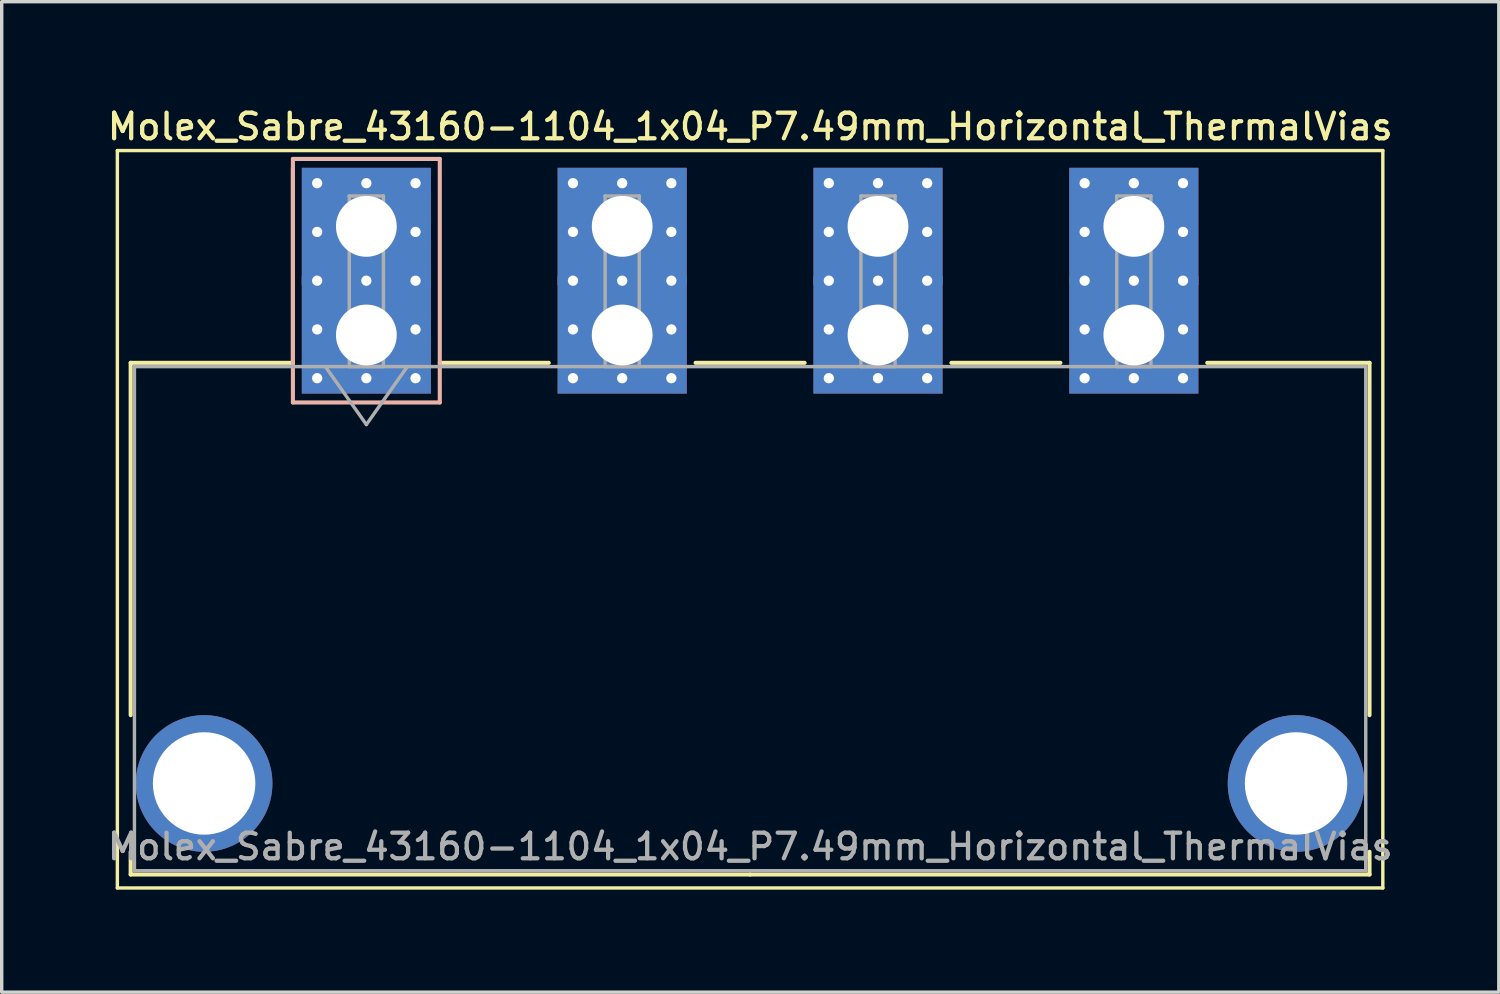
<source format=kicad_pcb>
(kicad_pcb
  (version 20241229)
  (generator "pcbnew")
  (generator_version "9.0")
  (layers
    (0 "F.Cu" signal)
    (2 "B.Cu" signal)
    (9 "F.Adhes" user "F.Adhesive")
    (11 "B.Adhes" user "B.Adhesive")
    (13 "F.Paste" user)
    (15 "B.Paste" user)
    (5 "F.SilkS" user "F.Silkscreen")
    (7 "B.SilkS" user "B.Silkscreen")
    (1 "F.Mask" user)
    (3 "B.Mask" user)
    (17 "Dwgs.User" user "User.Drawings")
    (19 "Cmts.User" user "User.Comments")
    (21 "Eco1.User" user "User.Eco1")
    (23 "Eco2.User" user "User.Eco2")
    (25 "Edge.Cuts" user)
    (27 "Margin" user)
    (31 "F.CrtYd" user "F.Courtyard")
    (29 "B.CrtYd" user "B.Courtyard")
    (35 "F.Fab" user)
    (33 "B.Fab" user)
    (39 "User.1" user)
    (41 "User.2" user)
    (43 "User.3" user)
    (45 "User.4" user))
  (footprint "Molex_Sabre_43160-1104_1x04_P7.49mm_Horizontal_ThermalVias"
    (layer "F.Cu")
    (at 7.676 6.758)
    (property "Reference" "Molex_Sabre_43160-1104_1x04_P7.49mm_Horizontal_ThermalVias" (at 11.24 -6.1 0) (layer "F.SilkS") (effects (font (size 0.75 0.75) (thickness 0.125))))
    (attr through_hole)
    (fp_line (start -7.29 -5.4) (end -7.29 16.19) (stroke (width 0.1) (type solid)) (layer "F.SilkS"))
    (fp_line (start -7.29 16.19) (end 29.76 16.19) (stroke (width 0.1) (type solid)) (layer "F.SilkS"))
    (fp_line (start -6.9 0.815) (end -6.9 11.13) (stroke (width 0.12) (type solid)) (layer "F.SilkS"))
    (fp_line (start -6.9 15.13) (end -6.9 15.795) (stroke (width 0.12) (type solid)) (layer "F.SilkS"))
    (fp_line (start -6.9 15.795) (end 11.235 15.795) (stroke (width 0.12) (type solid)) (layer "F.SilkS"))
    (fp_line (start -2.15 0.815) (end -6.9 0.815) (stroke (width 0.12) (type solid)) (layer "F.SilkS"))
    (fp_line (start -2.15 0.815) (end -2.15 -4.895) (stroke (width 0.12) (type solid)) (layer "F.SilkS"))
    (fp_line (start 2.15 0.815) (end 5.34 0.815) (stroke (width 0.12) (type solid)) (layer "F.SilkS"))
    (fp_line (start 9.64 0.815) (end 12.83 0.815) (stroke (width 0.12) (type solid)) (layer "F.SilkS"))
    (fp_line (start 17.13 0.815) (end 20.32 0.815) (stroke (width 0.12) (type solid)) (layer "F.SilkS"))
    (fp_line (start 24.62 0.815) (end 29.37 0.815) (stroke (width 0.12) (type solid)) (layer "F.SilkS"))
    (fp_line (start 29.37 0.815) (end 29.37 11.13) (stroke (width 0.12) (type solid)) (layer "F.SilkS"))
    (fp_line (start 29.37 15.13) (end 29.37 15.795) (stroke (width 0.12) (type solid)) (layer "F.SilkS"))
    (fp_line (start 29.37 15.795) (end 11.235 15.795) (stroke (width 0.12) (type solid)) (layer "F.SilkS"))
    (fp_line (start 29.76 -5.4) (end -7.29 -5.4) (stroke (width 0.1) (type solid)) (layer "F.SilkS"))
    (fp_line (start 29.76 16.19) (end 29.76 -5.4) (stroke (width 0.1) (type solid)) (layer "F.SilkS"))
    (fp_line (start -2.15 -5.155) (end -2.15 1.975) (stroke (width 0.12) (type solid)) (layer "B.SilkS"))
    (fp_line (start -2.15 1.975) (end 2.15 1.975) (stroke (width 0.12) (type solid)) (layer "B.SilkS"))
    (fp_line (start 2.15 -5.155) (end -2.15 -5.155) (stroke (width 0.12) (type solid)) (layer "B.SilkS"))
    (fp_line (start 2.15 1.975) (end 2.15 -5.155) (stroke (width 0.12) (type solid)) (layer "B.SilkS"))
    (fp_line (start -6.79 0.925) (end -6.79 15.685) (stroke (width 0.1) (type solid)) (layer "F.Fab"))
    (fp_line (start -6.79 15.685) (end 29.26 15.685) (stroke (width 0.1) (type solid)) (layer "F.Fab"))
    (fp_line (start -1.2 0.925) (end 0 2.622) (stroke (width 0.1) (type solid)) (layer "F.Fab"))
    (fp_line (start -0.5 -4.07) (end 0.5 -4.07) (stroke (width 0.1) (type solid)) (layer "F.Fab"))
    (fp_line (start -0.5 0.925) (end -0.5 -4.07) (stroke (width 0.1) (type solid)) (layer "F.Fab"))
    (fp_line (start 0 2.622) (end 1.2 0.925) (stroke (width 0.1) (type solid)) (layer "F.Fab"))
    (fp_line (start 0.5 -4.07) (end 0.5 0.925) (stroke (width 0.1) (type solid)) (layer "F.Fab"))
    (fp_line (start 0.5 0.925) (end -0.5 0.925) (stroke (width 0.1) (type solid)) (layer "F.Fab"))
    (fp_line (start 6.99 -4.07) (end 7.99 -4.07) (stroke (width 0.1) (type solid)) (layer "F.Fab"))
    (fp_line (start 6.99 0.925) (end 6.99 -4.07) (stroke (width 0.1) (type solid)) (layer "F.Fab"))
    (fp_line (start 7.99 -4.07) (end 7.99 0.925) (stroke (width 0.1) (type solid)) (layer "F.Fab"))
    (fp_line (start 7.99 0.925) (end 6.99 0.925) (stroke (width 0.1) (type solid)) (layer "F.Fab"))
    (fp_line (start 14.48 -4.07) (end 15.48 -4.07) (stroke (width 0.1) (type solid)) (layer "F.Fab"))
    (fp_line (start 14.48 0.925) (end 14.48 -4.07) (stroke (width 0.1) (type solid)) (layer "F.Fab"))
    (fp_line (start 15.48 -4.07) (end 15.48 0.925) (stroke (width 0.1) (type solid)) (layer "F.Fab"))
    (fp_line (start 15.48 0.925) (end 14.48 0.925) (stroke (width 0.1) (type solid)) (layer "F.Fab"))
    (fp_line (start 21.97 -4.07) (end 22.97 -4.07) (stroke (width 0.1) (type solid)) (layer "F.Fab"))
    (fp_line (start 21.97 0.925) (end 21.97 -4.07) (stroke (width 0.1) (type solid)) (layer "F.Fab"))
    (fp_line (start 22.97 -4.07) (end 22.97 0.925) (stroke (width 0.1) (type solid)) (layer "F.Fab"))
    (fp_line (start 22.97 0.925) (end 21.97 0.925) (stroke (width 0.1) (type solid)) (layer "F.Fab"))
    (fp_line (start 29.26 0.925) (end -6.79 0.925) (stroke (width 0.1) (type solid)) (layer "F.Fab"))
    (fp_line (start 29.26 15.685) (end 29.26 0.925) (stroke (width 0.1) (type solid)) (layer "F.Fab"))
    (fp_text user "${REFERENCE}" (at 11.24 14.98 0) (layer "F.Fab") (effects (font (size 0.75 0.75) (thickness 0.125))))
    (pad "" thru_hole circle (at -4.75 13.13) (size 4 4) (drill 3) (layers "*.Cu" "*.Mask"))
    (pad "" thru_hole circle (at 27.22 13.13) (size 4 4) (drill 3) (layers "*.Cu" "*.Mask"))
    (pad "1" thru_hole rect (at -1.44 -4.445) (size 0.6 0.6) (drill 0.3) (layers "*.Cu" "*.Mask"))
    (pad "1" thru_hole rect (at -1.44 -3.018) (size 0.6 0.6) (drill 0.3) (layers "*.Cu" "*.Mask"))
    (pad "1" thru_hole rect (at -1.44 -1.59) (size 0.6 0.6) (drill 0.3) (layers "*.Cu" "*.Mask"))
    (pad "1" thru_hole rect (at -1.44 -0.163) (size 0.6 0.6) (drill 0.3) (layers "*.Cu" "*.Mask"))
    (pad "1" thru_hole rect (at -1.44 1.265) (size 0.6 0.6) (drill 0.3) (layers "*.Cu" "*.Mask"))
    (pad "1" thru_hole rect (at 0 -4.445) (size 0.6 0.6) (drill 0.3) (layers "*.Cu" "*.Mask"))
    (pad "1" thru_hole rect (at 0 -3.18) (size 3.78 3.43) (drill 1.78) (layers "*.Cu" "*.Mask"))
    (pad "1" thru_hole rect (at 0 -1.59) (size 0.6 0.6) (drill 0.3) (layers "*.Cu" "*.Mask"))
    (pad "1" thru_hole rect (at 0 0) (size 3.78 3.43) (drill 1.78) (layers "*.Cu" "*.Mask"))
    (pad "1" thru_hole rect (at 0 1.265) (size 0.6 0.6) (drill 0.3) (layers "*.Cu" "*.Mask"))
    (pad "1" thru_hole rect (at 1.44 -4.445) (size 0.6 0.6) (drill 0.3) (layers "*.Cu" "*.Mask"))
    (pad "1" thru_hole rect (at 1.44 -3.018) (size 0.6 0.6) (drill 0.3) (layers "*.Cu" "*.Mask"))
    (pad "1" thru_hole rect (at 1.44 -1.59) (size 0.6 0.6) (drill 0.3) (layers "*.Cu" "*.Mask"))
    (pad "1" thru_hole rect (at 1.44 -0.163) (size 0.6 0.6) (drill 0.3) (layers "*.Cu" "*.Mask"))
    (pad "1" thru_hole rect (at 1.44 1.265) (size 0.6 0.6) (drill 0.3) (layers "*.Cu" "*.Mask"))
    (pad "2" thru_hole circle (at 6.05 -4.445) (size 0.6 0.6) (drill 0.3) (layers "*.Cu" "*.Mask"))
    (pad "2" thru_hole circle (at 6.05 -3.018) (size 0.6 0.6) (drill 0.3) (layers "*.Cu" "*.Mask"))
    (pad "2" thru_hole circle (at 6.05 -1.59) (size 0.6 0.6) (drill 0.3) (layers "*.Cu" "*.Mask"))
    (pad "2" thru_hole circle (at 6.05 -0.163) (size 0.6 0.6) (drill 0.3) (layers "*.Cu" "*.Mask"))
    (pad "2" thru_hole circle (at 6.05 1.265) (size 0.6 0.6) (drill 0.3) (layers "*.Cu" "*.Mask"))
    (pad "2" thru_hole circle (at 7.49 -4.445) (size 0.6 0.6) (drill 0.3) (layers "*.Cu" "*.Mask"))
    (pad "2" thru_hole rect (at 7.49 -3.18) (size 3.78 3.43) (drill 1.78) (layers "*.Cu" "*.Mask"))
    (pad "2" thru_hole circle (at 7.49 -1.59) (size 0.6 0.6) (drill 0.3) (layers "*.Cu" "*.Mask"))
    (pad "2" thru_hole rect (at 7.49 0) (size 3.78 3.43) (drill 1.78) (layers "*.Cu" "*.Mask"))
    (pad "2" thru_hole circle (at 7.49 1.265) (size 0.6 0.6) (drill 0.3) (layers "*.Cu" "*.Mask"))
    (pad "2" thru_hole circle (at 8.93 -4.445) (size 0.6 0.6) (drill 0.3) (layers "*.Cu" "*.Mask"))
    (pad "2" thru_hole circle (at 8.93 -3.018) (size 0.6 0.6) (drill 0.3) (layers "*.Cu" "*.Mask"))
    (pad "2" thru_hole circle (at 8.93 -1.59) (size 0.6 0.6) (drill 0.3) (layers "*.Cu" "*.Mask"))
    (pad "2" thru_hole circle (at 8.93 -0.163) (size 0.6 0.6) (drill 0.3) (layers "*.Cu" "*.Mask"))
    (pad "2" thru_hole circle (at 8.93 1.265) (size 0.6 0.6) (drill 0.3) (layers "*.Cu" "*.Mask"))
    (pad "3" thru_hole circle (at 13.54 -4.445) (size 0.6 0.6) (drill 0.3) (layers "*.Cu" "*.Mask"))
    (pad "3" thru_hole circle (at 13.54 -3.018) (size 0.6 0.6) (drill 0.3) (layers "*.Cu" "*.Mask"))
    (pad "3" thru_hole circle (at 13.54 -1.59) (size 0.6 0.6) (drill 0.3) (layers "*.Cu" "*.Mask"))
    (pad "3" thru_hole circle (at 13.54 -0.163) (size 0.6 0.6) (drill 0.3) (layers "*.Cu" "*.Mask"))
    (pad "3" thru_hole circle (at 13.54 1.265) (size 0.6 0.6) (drill 0.3) (layers "*.Cu" "*.Mask"))
    (pad "3" thru_hole circle (at 14.98 -4.445) (size 0.6 0.6) (drill 0.3) (layers "*.Cu" "*.Mask"))
    (pad "3" thru_hole rect (at 14.98 -3.18) (size 3.78 3.43) (drill 1.78) (layers "*.Cu" "*.Mask"))
    (pad "3" thru_hole circle (at 14.98 -1.59) (size 0.6 0.6) (drill 0.3) (layers "*.Cu" "*.Mask"))
    (pad "3" thru_hole rect (at 14.98 0) (size 3.78 3.43) (drill 1.78) (layers "*.Cu" "*.Mask"))
    (pad "3" thru_hole circle (at 14.98 1.265) (size 0.6 0.6) (drill 0.3) (layers "*.Cu" "*.Mask"))
    (pad "3" thru_hole circle (at 16.42 -4.445) (size 0.6 0.6) (drill 0.3) (layers "*.Cu" "*.Mask"))
    (pad "3" thru_hole circle (at 16.42 -3.018) (size 0.6 0.6) (drill 0.3) (layers "*.Cu" "*.Mask"))
    (pad "3" thru_hole circle (at 16.42 -1.59) (size 0.6 0.6) (drill 0.3) (layers "*.Cu" "*.Mask"))
    (pad "3" thru_hole circle (at 16.42 -0.163) (size 0.6 0.6) (drill 0.3) (layers "*.Cu" "*.Mask"))
    (pad "3" thru_hole circle (at 16.42 1.265) (size 0.6 0.6) (drill 0.3) (layers "*.Cu" "*.Mask"))
    (pad "4" thru_hole circle (at 21.03 -4.445) (size 0.6 0.6) (drill 0.3) (layers "*.Cu" "*.Mask"))
    (pad "4" thru_hole circle (at 21.03 -3.018) (size 0.6 0.6) (drill 0.3) (layers "*.Cu" "*.Mask"))
    (pad "4" thru_hole circle (at 21.03 -1.59) (size 0.6 0.6) (drill 0.3) (layers "*.Cu" "*.Mask"))
    (pad "4" thru_hole circle (at 21.03 -0.163) (size 0.6 0.6) (drill 0.3) (layers "*.Cu" "*.Mask"))
    (pad "4" thru_hole circle (at 21.03 1.265) (size 0.6 0.6) (drill 0.3) (layers "*.Cu" "*.Mask"))
    (pad "4" thru_hole circle (at 22.47 -4.445) (size 0.6 0.6) (drill 0.3) (layers "*.Cu" "*.Mask"))
    (pad "4" thru_hole rect (at 22.47 -3.18) (size 3.78 3.43) (drill 1.78) (layers "*.Cu" "*.Mask"))
    (pad "4" thru_hole circle (at 22.47 -1.59) (size 0.6 0.6) (drill 0.3) (layers "*.Cu" "*.Mask"))
    (pad "4" thru_hole rect (at 22.47 0) (size 3.78 3.43) (drill 1.78) (layers "*.Cu" "*.Mask"))
    (pad "4" thru_hole circle (at 22.47 1.265) (size 0.6 0.6) (drill 0.3) (layers "*.Cu" "*.Mask"))
    (pad "4" thru_hole circle (at 23.91 -4.445) (size 0.6 0.6) (drill 0.3) (layers "*.Cu" "*.Mask"))
    (pad "4" thru_hole circle (at 23.91 -3.018) (size 0.6 0.6) (drill 0.3) (layers "*.Cu" "*.Mask"))
    (pad "4" thru_hole circle (at 23.91 -1.59) (size 0.6 0.6) (drill 0.3) (layers "*.Cu" "*.Mask"))
    (pad "4" thru_hole circle (at 23.91 -0.163) (size 0.6 0.6) (drill 0.3) (layers "*.Cu" "*.Mask"))
    (pad "4" thru_hole circle (at 23.91 1.265) (size 0.6 0.6) (drill 0.3) (layers "*.Cu" "*.Mask")))
  (gr_rect
    (start -3 -3)
    (end 40.832 25.998)
    (stroke (width 0.1) (type default))
    (fill no)
    (layer "Edge.Cuts")))
</source>
